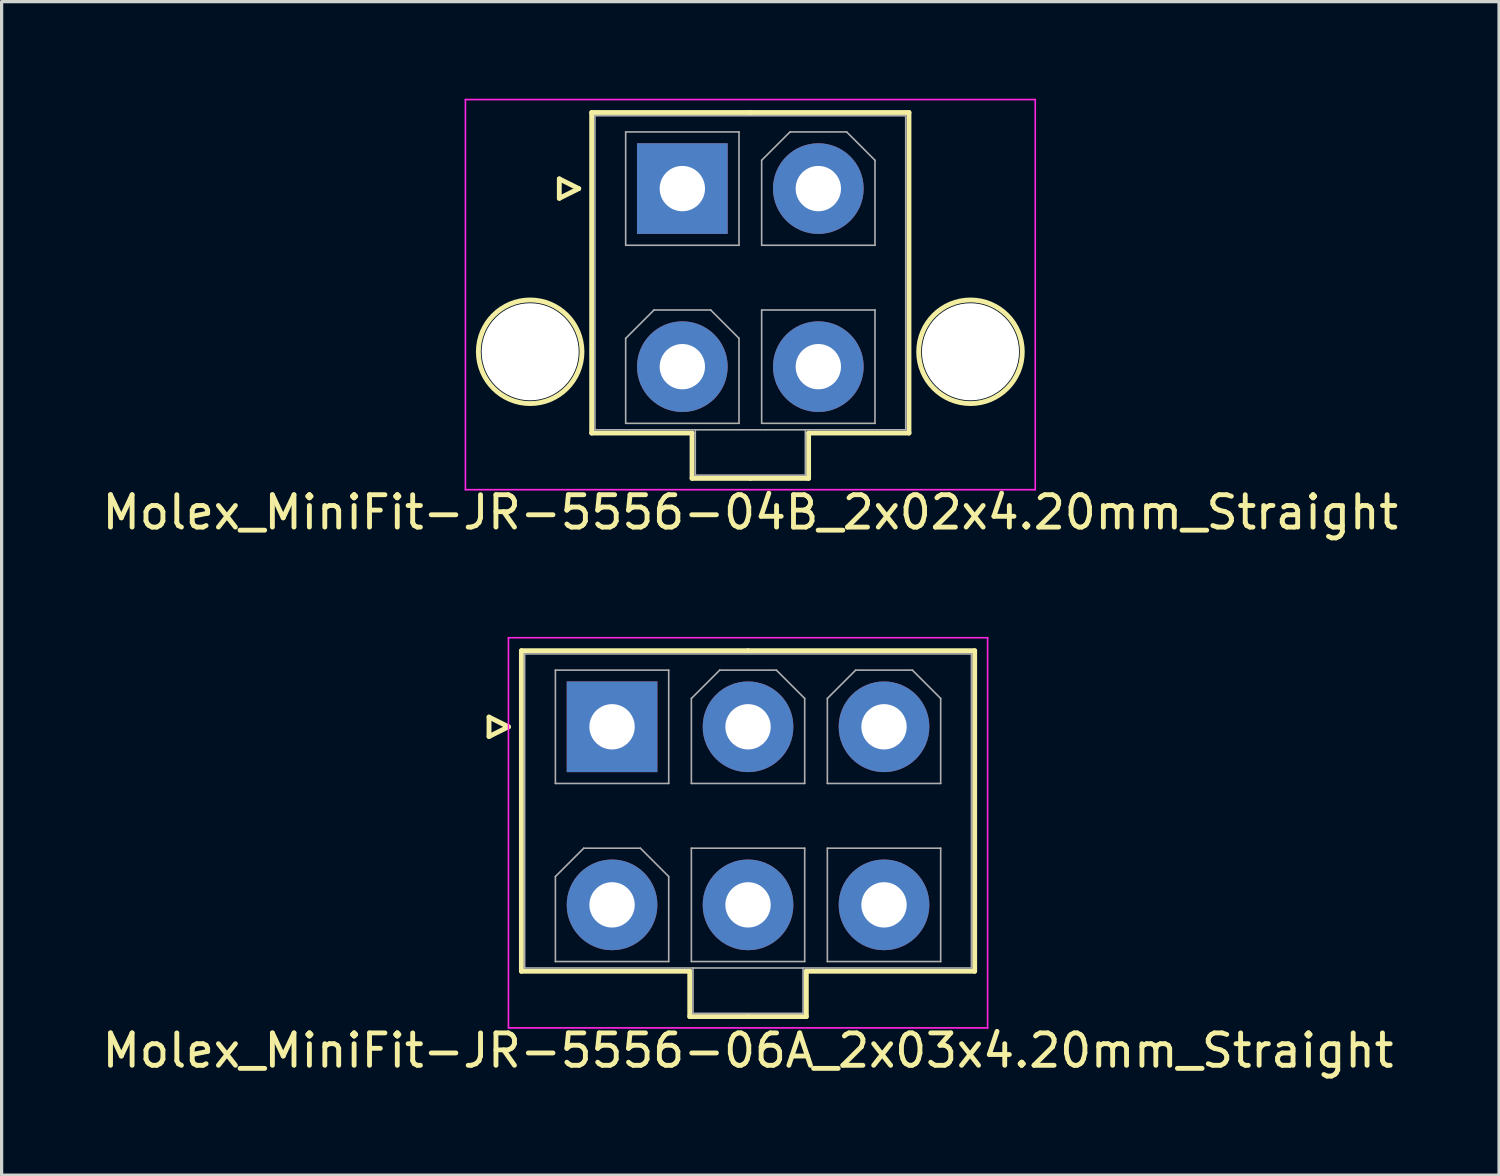
<source format=kicad_pcb>
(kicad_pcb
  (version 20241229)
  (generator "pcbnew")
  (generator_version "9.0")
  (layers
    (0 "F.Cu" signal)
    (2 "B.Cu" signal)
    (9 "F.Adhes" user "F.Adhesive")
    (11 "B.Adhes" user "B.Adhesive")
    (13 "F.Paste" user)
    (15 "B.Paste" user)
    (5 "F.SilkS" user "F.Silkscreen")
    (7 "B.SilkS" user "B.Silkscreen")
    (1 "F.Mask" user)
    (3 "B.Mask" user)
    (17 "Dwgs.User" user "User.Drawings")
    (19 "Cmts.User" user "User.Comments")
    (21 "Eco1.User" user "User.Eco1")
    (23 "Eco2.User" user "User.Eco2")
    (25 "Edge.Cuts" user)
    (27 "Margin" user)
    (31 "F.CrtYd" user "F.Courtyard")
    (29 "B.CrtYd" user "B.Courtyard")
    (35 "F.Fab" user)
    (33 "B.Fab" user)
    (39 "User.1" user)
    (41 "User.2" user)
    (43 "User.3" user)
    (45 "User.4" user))
  (footprint "Molex_MiniFit-JR-5556-06A_2x03x4.20mm_Straight"
    (layer "F.Cu")
    (at 15.854 19.398)
    (property "Reference" "Molex_MiniFit-JR-5556-06A_2x03x4.20mm_Straight" (at 4.2 10 0) (layer "F.SilkS") (effects (font (size 1 1) (thickness 0.15))))
    (attr through_hole)
    (fp_line (start -3.8 -0.3) (end -3.2 0) (stroke (width 0.15) (type solid)) (layer "F.SilkS"))
    (fp_line (start -3.8 0.3) (end -3.8 -0.3) (stroke (width 0.15) (type solid)) (layer "F.SilkS"))
    (fp_line (start -3.2 0) (end -3.8 0.3) (stroke (width 0.15) (type solid)) (layer "F.SilkS"))
    (fp_line (start -2.8 -2.35) (end -2.8 7.55) (stroke (width 0.15) (type solid)) (layer "F.SilkS"))
    (fp_line (start -2.8 7.55) (end 2.4 7.55) (stroke (width 0.15) (type solid)) (layer "F.SilkS"))
    (fp_line (start 2.4 7.55) (end 2.4 8.95) (stroke (width 0.15) (type solid)) (layer "F.SilkS"))
    (fp_line (start 2.4 8.95) (end 4.2 8.95) (stroke (width 0.15) (type solid)) (layer "F.SilkS"))
    (fp_line (start 4.2 -2.35) (end -2.8 -2.35) (stroke (width 0.15) (type solid)) (layer "F.SilkS"))
    (fp_line (start 4.2 -2.35) (end 11.2 -2.35) (stroke (width 0.15) (type solid)) (layer "F.SilkS"))
    (fp_line (start 6 7.55) (end 6 8.95) (stroke (width 0.15) (type solid)) (layer "F.SilkS"))
    (fp_line (start 6 8.95) (end 4.2 8.95) (stroke (width 0.15) (type solid)) (layer "F.SilkS"))
    (fp_line (start 11.2 -2.35) (end 11.2 7.55) (stroke (width 0.15) (type solid)) (layer "F.SilkS"))
    (fp_line (start 11.2 7.55) (end 6 7.55) (stroke (width 0.15) (type solid)) (layer "F.SilkS"))
    (fp_line (start -3.2 -2.75) (end -3.2 9.3) (stroke (width 0.05) (type solid)) (layer "F.CrtYd"))
    (fp_line (start -3.2 9.3) (end 11.6 9.3) (stroke (width 0.05) (type solid)) (layer "F.CrtYd"))
    (fp_line (start 11.6 -2.75) (end -3.2 -2.75) (stroke (width 0.05) (type solid)) (layer "F.CrtYd"))
    (fp_line (start 11.6 9.3) (end 11.6 -2.75) (stroke (width 0.05) (type solid)) (layer "F.CrtYd"))
    (fp_line (start -2.7 -2.25) (end -2.7 7.45) (stroke (width 0.05) (type solid)) (layer "F.Fab"))
    (fp_line (start -2.7 7.45) (end 11.1 7.45) (stroke (width 0.05) (type solid)) (layer "F.Fab"))
    (fp_line (start -1.75 -1.75) (end -1.75 1.75) (stroke (width 0.05) (type solid)) (layer "F.Fab"))
    (fp_line (start -1.75 1.75) (end 1.75 1.75) (stroke (width 0.05) (type solid)) (layer "F.Fab"))
    (fp_line (start -1.75 4.625) (end -0.875 3.75) (stroke (width 0.05) (type solid)) (layer "F.Fab"))
    (fp_line (start -1.75 7.25) (end -1.75 4.625) (stroke (width 0.05) (type solid)) (layer "F.Fab"))
    (fp_line (start -0.875 3.75) (end 0.875 3.75) (stroke (width 0.05) (type solid)) (layer "F.Fab"))
    (fp_line (start 0.875 3.75) (end 1.75 4.625) (stroke (width 0.05) (type solid)) (layer "F.Fab"))
    (fp_line (start 1.75 -1.75) (end -1.75 -1.75) (stroke (width 0.05) (type solid)) (layer "F.Fab"))
    (fp_line (start 1.75 1.75) (end 1.75 -1.75) (stroke (width 0.05) (type solid)) (layer "F.Fab"))
    (fp_line (start 1.75 4.625) (end 1.75 7.25) (stroke (width 0.05) (type solid)) (layer "F.Fab"))
    (fp_line (start 1.75 7.25) (end -1.75 7.25) (stroke (width 0.05) (type solid)) (layer "F.Fab"))
    (fp_line (start 2.45 -0.875) (end 3.325 -1.75) (stroke (width 0.05) (type solid)) (layer "F.Fab"))
    (fp_line (start 2.45 1.75) (end 2.45 -0.875) (stroke (width 0.05) (type solid)) (layer "F.Fab"))
    (fp_line (start 2.45 3.75) (end 2.45 7.25) (stroke (width 0.05) (type solid)) (layer "F.Fab"))
    (fp_line (start 2.45 7.25) (end 5.95 7.25) (stroke (width 0.05) (type solid)) (layer "F.Fab"))
    (fp_line (start 2.5 7.45) (end 2.5 8.85) (stroke (width 0.05) (type solid)) (layer "F.Fab"))
    (fp_line (start 2.5 8.85) (end 5.9 8.85) (stroke (width 0.05) (type solid)) (layer "F.Fab"))
    (fp_line (start 3.325 -1.75) (end 5.075 -1.75) (stroke (width 0.05) (type solid)) (layer "F.Fab"))
    (fp_line (start 5.075 -1.75) (end 5.95 -0.875) (stroke (width 0.05) (type solid)) (layer "F.Fab"))
    (fp_line (start 5.9 8.85) (end 5.9 7.45) (stroke (width 0.05) (type solid)) (layer "F.Fab"))
    (fp_line (start 5.95 -0.875) (end 5.95 1.75) (stroke (width 0.05) (type solid)) (layer "F.Fab"))
    (fp_line (start 5.95 1.75) (end 2.45 1.75) (stroke (width 0.05) (type solid)) (layer "F.Fab"))
    (fp_line (start 5.95 3.75) (end 2.45 3.75) (stroke (width 0.05) (type solid)) (layer "F.Fab"))
    (fp_line (start 5.95 7.25) (end 5.95 3.75) (stroke (width 0.05) (type solid)) (layer "F.Fab"))
    (fp_line (start 6.65 -0.875) (end 7.525 -1.75) (stroke (width 0.05) (type solid)) (layer "F.Fab"))
    (fp_line (start 6.65 1.75) (end 6.65 -0.875) (stroke (width 0.05) (type solid)) (layer "F.Fab"))
    (fp_line (start 6.65 3.75) (end 6.65 7.25) (stroke (width 0.05) (type solid)) (layer "F.Fab"))
    (fp_line (start 6.65 7.25) (end 10.15 7.25) (stroke (width 0.05) (type solid)) (layer "F.Fab"))
    (fp_line (start 7.525 -1.75) (end 9.275 -1.75) (stroke (width 0.05) (type solid)) (layer "F.Fab"))
    (fp_line (start 9.275 -1.75) (end 10.15 -0.875) (stroke (width 0.05) (type solid)) (layer "F.Fab"))
    (fp_line (start 10.15 -0.875) (end 10.15 1.75) (stroke (width 0.05) (type solid)) (layer "F.Fab"))
    (fp_line (start 10.15 1.75) (end 6.65 1.75) (stroke (width 0.05) (type solid)) (layer "F.Fab"))
    (fp_line (start 10.15 3.75) (end 6.65 3.75) (stroke (width 0.05) (type solid)) (layer "F.Fab"))
    (fp_line (start 10.15 7.25) (end 10.15 3.75) (stroke (width 0.05) (type solid)) (layer "F.Fab"))
    (fp_line (start 11.1 -2.25) (end -2.7 -2.25) (stroke (width 0.05) (type solid)) (layer "F.Fab"))
    (fp_line (start 11.1 7.45) (end 11.1 -2.25) (stroke (width 0.05) (type solid)) (layer "F.Fab"))
    (pad "1" thru_hole rect (at 0 0) (size 2.8 2.8) (drill 1.4) (layers "*.Cu" "*.Mask"))
    (pad "2" thru_hole circle (at 4.2 0) (size 2.8 2.8) (drill 1.4) (layers "*.Cu" "*.Mask"))
    (pad "3" thru_hole circle (at 8.4 0) (size 2.8 2.8) (drill 1.4) (layers "*.Cu" "*.Mask"))
    (pad "4" thru_hole circle (at 0 5.5) (size 2.8 2.8) (drill 1.4) (layers "*.Cu" "*.Mask"))
    (pad "5" thru_hole circle (at 4.2 5.5) (size 2.8 2.8) (drill 1.4) (layers "*.Cu" "*.Mask"))
    (pad "6" thru_hole circle (at 8.4 5.5) (size 2.8 2.8) (drill 1.4) (layers "*.Cu" "*.Mask")))
  (footprint "Molex_MiniFit-JR-5556-04B_2x02x4.20mm_Straight"
    (layer "F.Cu")
    (at 18.025 2.775)
    (property "Reference" "Molex_MiniFit-JR-5556-04B_2x02x4.20mm_Straight" (at 2.1 10 0) (layer "F.SilkS") (effects (font (size 1 1) (thickness 0.15))))
    (attr through_hole)
    (fp_line (start -3.8 -0.3) (end -3.2 0) (stroke (width 0.15) (type solid)) (layer "F.SilkS"))
    (fp_line (start -3.8 0.3) (end -3.8 -0.3) (stroke (width 0.15) (type solid)) (layer "F.SilkS"))
    (fp_line (start -3.2 0) (end -3.8 0.3) (stroke (width 0.15) (type solid)) (layer "F.SilkS"))
    (fp_line (start -2.8 -2.35) (end -2.8 7.55) (stroke (width 0.15) (type solid)) (layer "F.SilkS"))
    (fp_line (start -2.8 7.55) (end 0.3 7.55) (stroke (width 0.15) (type solid)) (layer "F.SilkS"))
    (fp_line (start 0.3 7.55) (end 0.3 8.95) (stroke (width 0.15) (type solid)) (layer "F.SilkS"))
    (fp_line (start 0.3 8.95) (end 2.1 8.95) (stroke (width 0.15) (type solid)) (layer "F.SilkS"))
    (fp_line (start 2.1 -2.35) (end -2.8 -2.35) (stroke (width 0.15) (type solid)) (layer "F.SilkS"))
    (fp_line (start 2.1 -2.35) (end 7 -2.35) (stroke (width 0.15) (type solid)) (layer "F.SilkS"))
    (fp_line (start 3.9 7.55) (end 3.9 8.95) (stroke (width 0.15) (type solid)) (layer "F.SilkS"))
    (fp_line (start 3.9 8.95) (end 2.1 8.95) (stroke (width 0.15) (type solid)) (layer "F.SilkS"))
    (fp_line (start 7 -2.35) (end 7 7.55) (stroke (width 0.15) (type solid)) (layer "F.SilkS"))
    (fp_line (start 7 7.55) (end 3.9 7.55) (stroke (width 0.15) (type solid)) (layer "F.SilkS"))
    (fp_circle (center -4.7 5.04) (end -3.1 5.04) (stroke (width 0.15) (type solid)) (fill no) (layer "F.SilkS"))
    (fp_circle (center 8.9 5.04) (end 10.5 5.04) (stroke (width 0.15) (type solid)) (fill no) (layer "F.SilkS"))
    (fp_line (start -6.7 -2.75) (end -6.7 9.3) (stroke (width 0.05) (type solid)) (layer "F.CrtYd"))
    (fp_line (start -6.7 9.3) (end 10.9 9.3) (stroke (width 0.05) (type solid)) (layer "F.CrtYd"))
    (fp_line (start 10.9 -2.75) (end -6.7 -2.75) (stroke (width 0.05) (type solid)) (layer "F.CrtYd"))
    (fp_line (start 10.9 9.3) (end 10.9 -2.75) (stroke (width 0.05) (type solid)) (layer "F.CrtYd"))
    (fp_line (start -2.7 -2.25) (end -2.7 7.45) (stroke (width 0.05) (type solid)) (layer "F.Fab"))
    (fp_line (start -2.7 7.45) (end 6.9 7.45) (stroke (width 0.05) (type solid)) (layer "F.Fab"))
    (fp_line (start -1.75 -1.75) (end -1.75 1.75) (stroke (width 0.05) (type solid)) (layer "F.Fab"))
    (fp_line (start -1.75 1.75) (end 1.75 1.75) (stroke (width 0.05) (type solid)) (layer "F.Fab"))
    (fp_line (start -1.75 4.625) (end -0.875 3.75) (stroke (width 0.05) (type solid)) (layer "F.Fab"))
    (fp_line (start -1.75 7.25) (end -1.75 4.625) (stroke (width 0.05) (type solid)) (layer "F.Fab"))
    (fp_line (start -0.875 3.75) (end 0.875 3.75) (stroke (width 0.05) (type solid)) (layer "F.Fab"))
    (fp_line (start 0.4 7.45) (end 0.4 8.85) (stroke (width 0.05) (type solid)) (layer "F.Fab"))
    (fp_line (start 0.4 8.85) (end 3.8 8.85) (stroke (width 0.05) (type solid)) (layer "F.Fab"))
    (fp_line (start 0.875 3.75) (end 1.75 4.625) (stroke (width 0.05) (type solid)) (layer "F.Fab"))
    (fp_line (start 1.75 -1.75) (end -1.75 -1.75) (stroke (width 0.05) (type solid)) (layer "F.Fab"))
    (fp_line (start 1.75 1.75) (end 1.75 -1.75) (stroke (width 0.05) (type solid)) (layer "F.Fab"))
    (fp_line (start 1.75 4.625) (end 1.75 7.25) (stroke (width 0.05) (type solid)) (layer "F.Fab"))
    (fp_line (start 1.75 7.25) (end -1.75 7.25) (stroke (width 0.05) (type solid)) (layer "F.Fab"))
    (fp_line (start 2.45 -0.875) (end 3.325 -1.75) (stroke (width 0.05) (type solid)) (layer "F.Fab"))
    (fp_line (start 2.45 1.75) (end 2.45 -0.875) (stroke (width 0.05) (type solid)) (layer "F.Fab"))
    (fp_line (start 2.45 3.75) (end 2.45 7.25) (stroke (width 0.05) (type solid)) (layer "F.Fab"))
    (fp_line (start 2.45 7.25) (end 5.95 7.25) (stroke (width 0.05) (type solid)) (layer "F.Fab"))
    (fp_line (start 3.325 -1.75) (end 5.075 -1.75) (stroke (width 0.05) (type solid)) (layer "F.Fab"))
    (fp_line (start 3.8 8.85) (end 3.8 7.45) (stroke (width 0.05) (type solid)) (layer "F.Fab"))
    (fp_line (start 5.075 -1.75) (end 5.95 -0.875) (stroke (width 0.05) (type solid)) (layer "F.Fab"))
    (fp_line (start 5.95 -0.875) (end 5.95 1.75) (stroke (width 0.05) (type solid)) (layer "F.Fab"))
    (fp_line (start 5.95 1.75) (end 2.45 1.75) (stroke (width 0.05) (type solid)) (layer "F.Fab"))
    (fp_line (start 5.95 3.75) (end 2.45 3.75) (stroke (width 0.05) (type solid)) (layer "F.Fab"))
    (fp_line (start 5.95 7.25) (end 5.95 3.75) (stroke (width 0.05) (type solid)) (layer "F.Fab"))
    (fp_line (start 6.9 -2.25) (end -2.7 -2.25) (stroke (width 0.05) (type solid)) (layer "F.Fab"))
    (fp_line (start 6.9 7.45) (end 6.9 -2.25) (stroke (width 0.05) (type solid)) (layer "F.Fab"))
    (pad "" np_thru_hole circle (at -4.7 5.04) (size 3 3) (drill 3) (layers "*.Cu"))
    (pad "" np_thru_hole circle (at 8.9 5.04) (size 3 3) (drill 3) (layers "*.Cu"))
    (pad "1" thru_hole rect (at 0 0) (size 2.8 2.8) (drill 1.4) (layers "*.Cu" "*.Mask"))
    (pad "2" thru_hole circle (at 4.2 0) (size 2.8 2.8) (drill 1.4) (layers "*.Cu" "*.Mask"))
    (pad "3" thru_hole circle (at 0 5.5) (size 2.8 2.8) (drill 1.4) (layers "*.Cu" "*.Mask"))
    (pad "4" thru_hole circle (at 4.2 5.5) (size 2.8 2.8) (drill 1.4) (layers "*.Cu" "*.Mask")))
  (gr_rect
    (start -3 -3)
    (end 43.25 33.246)
    (stroke (width 0.1) (type default))
    (fill no)
    (layer "Edge.Cuts")))
</source>
